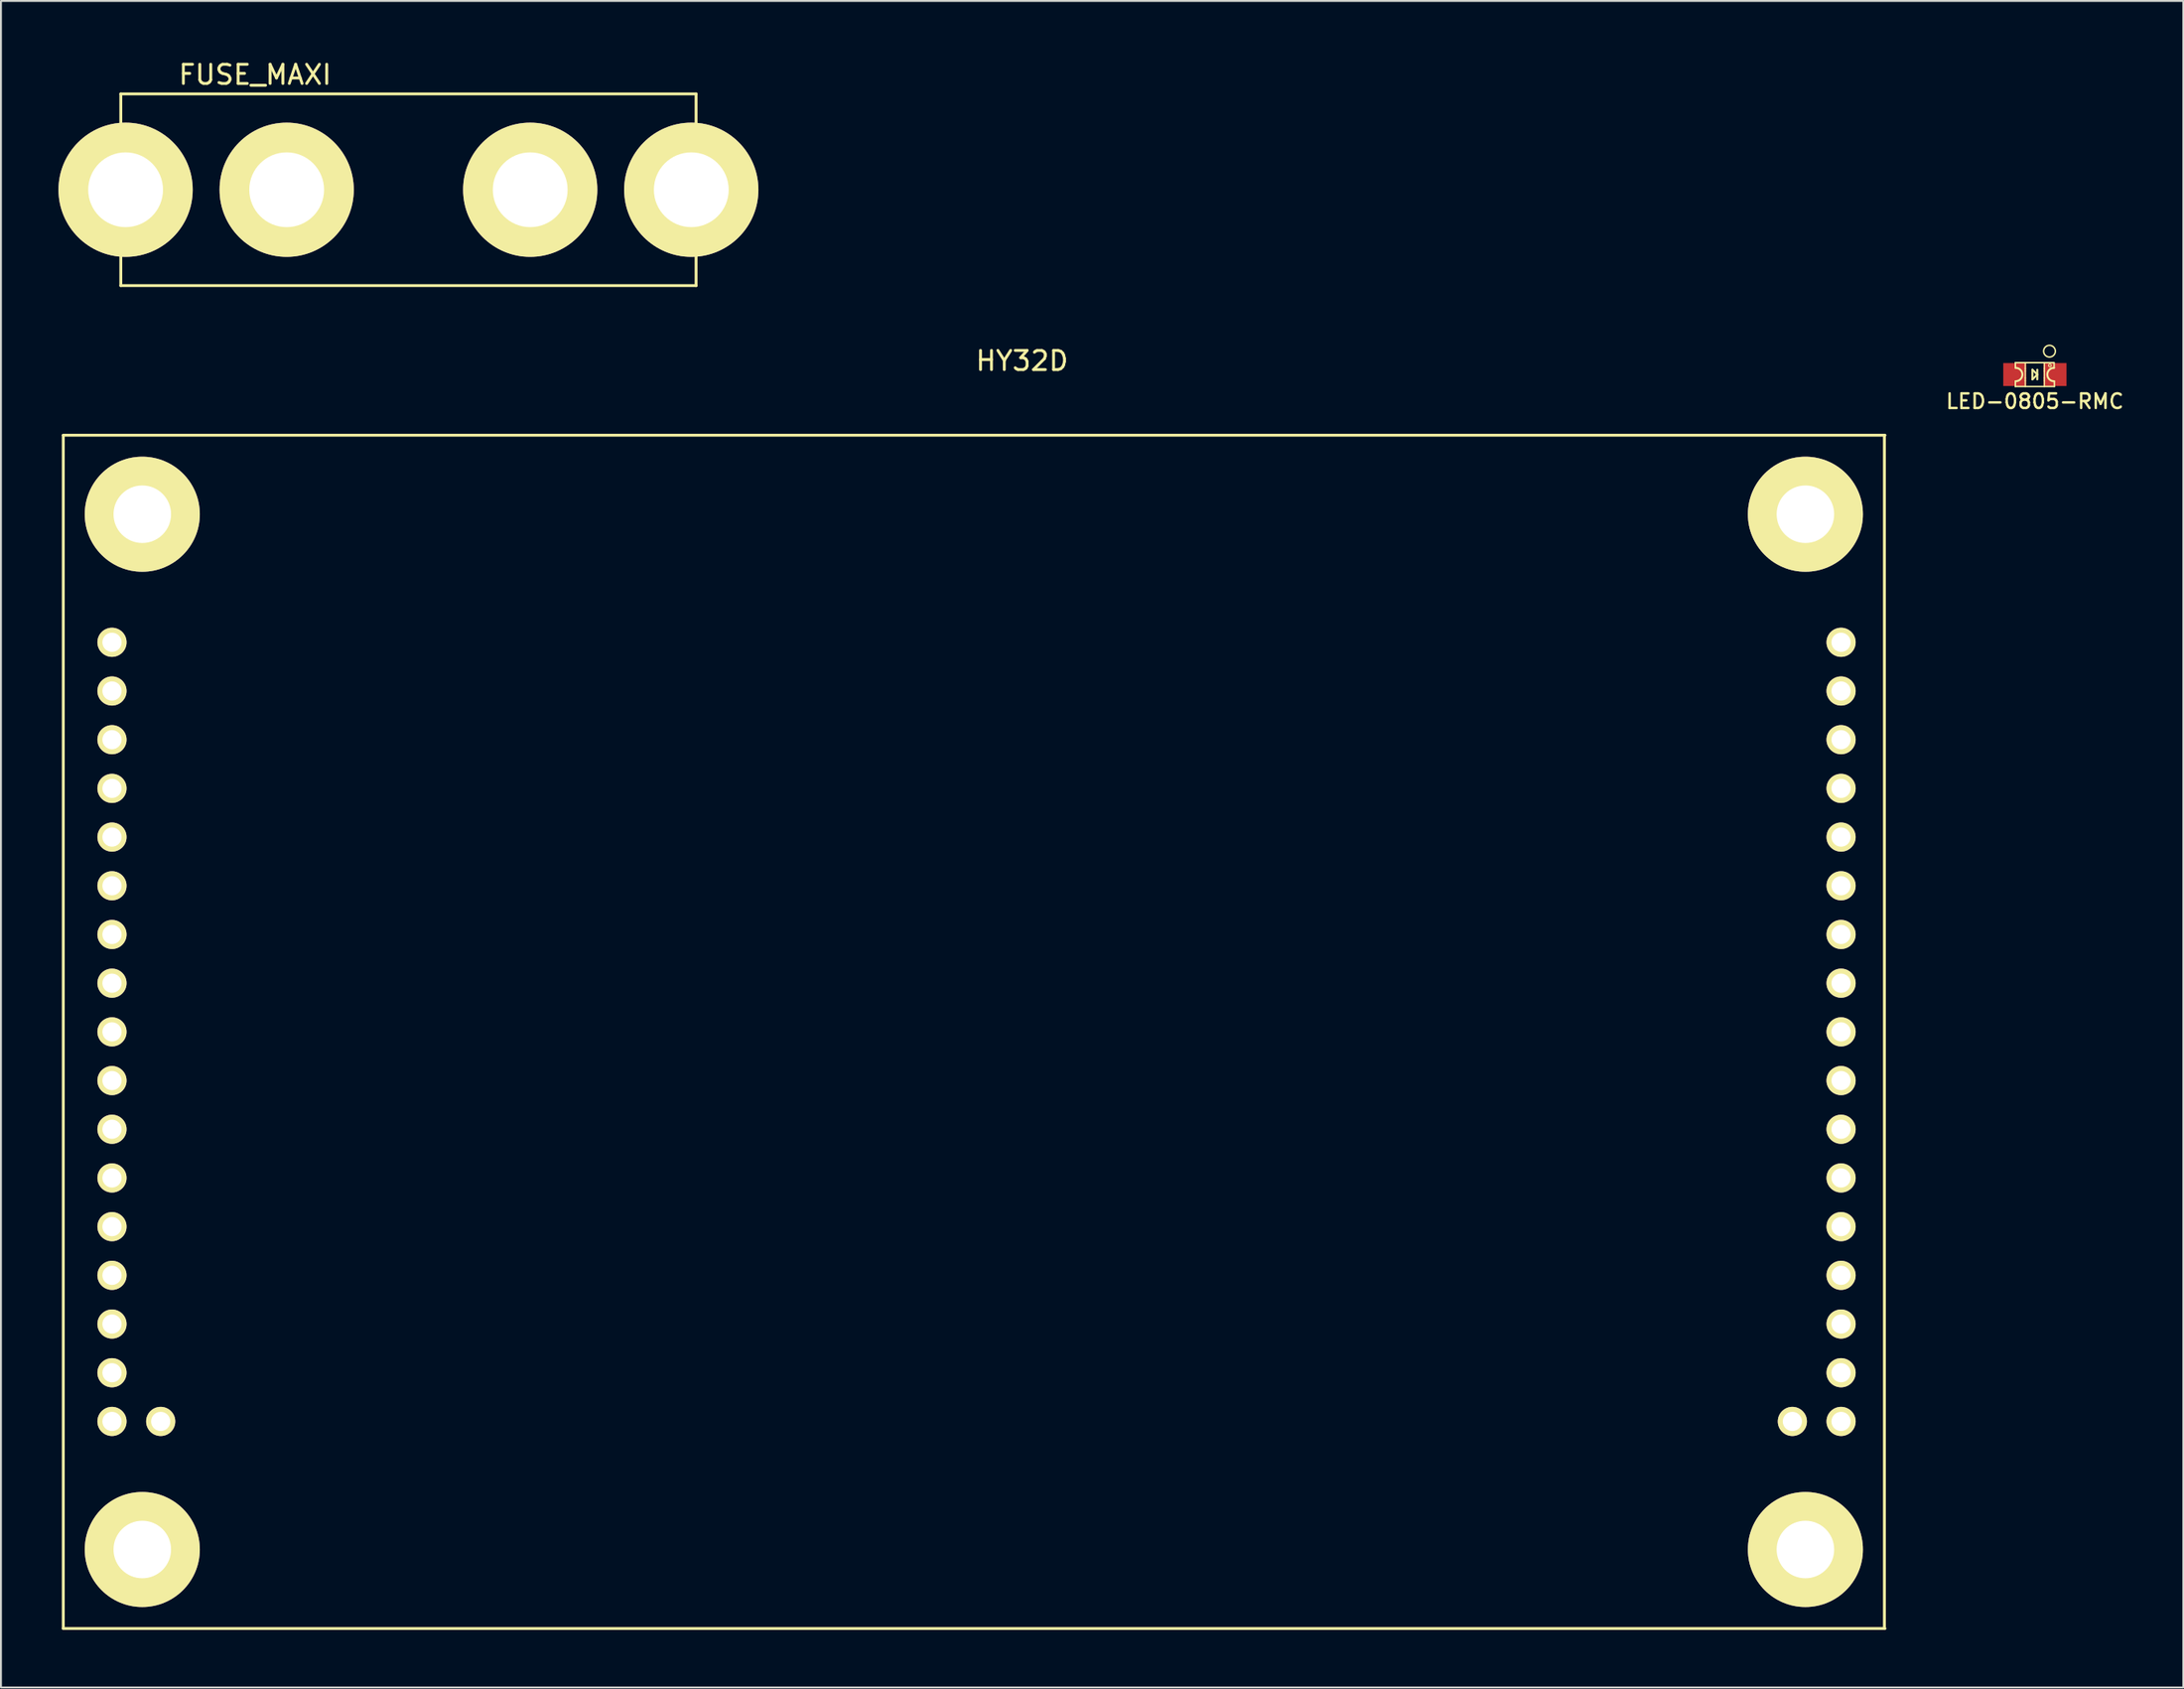
<source format=kicad_pcb>
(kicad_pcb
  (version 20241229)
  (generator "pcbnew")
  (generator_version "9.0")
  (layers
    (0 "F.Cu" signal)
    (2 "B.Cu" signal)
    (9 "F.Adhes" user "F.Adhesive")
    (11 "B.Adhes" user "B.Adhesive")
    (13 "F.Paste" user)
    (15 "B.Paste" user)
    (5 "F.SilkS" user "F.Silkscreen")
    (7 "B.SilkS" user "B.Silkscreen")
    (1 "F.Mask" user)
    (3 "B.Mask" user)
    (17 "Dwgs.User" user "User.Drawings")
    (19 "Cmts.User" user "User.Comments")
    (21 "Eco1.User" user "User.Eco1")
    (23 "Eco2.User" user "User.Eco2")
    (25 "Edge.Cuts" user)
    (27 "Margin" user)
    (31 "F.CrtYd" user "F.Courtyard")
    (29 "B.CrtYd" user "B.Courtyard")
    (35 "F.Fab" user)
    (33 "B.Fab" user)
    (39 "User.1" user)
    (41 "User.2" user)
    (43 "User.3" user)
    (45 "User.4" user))
  (footprint "HY32D"
    (layer "F.Cu")
    (at 0.25 50.772)
    (property "Reference" "HY32D" (at 50 -35 0) (layer "F.SilkS") (effects (font (size 1 1) (thickness 0.15))))
    (attr through_hole)
    (fp_line (start 0 -31.12) (end 95 -31.12) (stroke (width 0.15) (type solid)) (layer "F.SilkS"))
    (fp_line (start 0 31.12) (end 0 -31.12) (stroke (width 0.15) (type solid)) (layer "F.SilkS"))
    (fp_line (start 94.97 -31.12) (end 94.97 31.12) (stroke (width 0.15) (type solid)) (layer "F.SilkS"))
    (fp_line (start 95 31.12) (end 0 31.12) (stroke (width 0.15) (type solid)) (layer "F.SilkS"))
    (pad "1" thru_hole circle (at 2.54 20.32) (size 1.52 1.52) (drill 1) (layers "*.Cu" "*.Mask" "F.SilkS"))
    (pad "2" thru_hole circle (at 2.54 17.78) (size 1.52 1.52) (drill 1) (layers "*.Cu" "*.Mask" "F.SilkS"))
    (pad "3" thru_hole circle (at 2.54 15.24) (size 1.52 1.52) (drill 1) (layers "*.Cu" "*.Mask" "F.SilkS"))
    (pad "4" thru_hole circle (at 2.54 12.7) (size 1.52 1.52) (drill 1) (layers "*.Cu" "*.Mask" "F.SilkS"))
    (pad "5" thru_hole circle (at 2.54 10.16) (size 1.52 1.52) (drill 1) (layers "*.Cu" "*.Mask" "F.SilkS"))
    (pad "6" thru_hole circle (at 2.54 7.62) (size 1.52 1.52) (drill 1) (layers "*.Cu" "*.Mask" "F.SilkS"))
    (pad "7" thru_hole circle (at 2.54 5.08) (size 1.52 1.52) (drill 1) (layers "*.Cu" "*.Mask" "F.SilkS"))
    (pad "8" thru_hole circle (at 2.54 2.54) (size 1.52 1.52) (drill 1) (layers "*.Cu" "*.Mask" "F.SilkS"))
    (pad "9" thru_hole circle (at 2.54 0) (size 1.52 1.52) (drill 1) (layers "*.Cu" "*.Mask" "F.SilkS"))
    (pad "10" thru_hole circle (at 2.54 -2.54) (size 1.52 1.52) (drill 1) (layers "*.Cu" "*.Mask" "F.SilkS"))
    (pad "11" thru_hole circle (at 2.54 -5.08) (size 1.52 1.52) (drill 1) (layers "*.Cu" "*.Mask" "F.SilkS"))
    (pad "12" thru_hole circle (at 2.54 -7.62) (size 1.52 1.52) (drill 1) (layers "*.Cu" "*.Mask" "F.SilkS"))
    (pad "13" thru_hole circle (at 2.54 -10.16) (size 1.52 1.52) (drill 1) (layers "*.Cu" "*.Mask" "F.SilkS"))
    (pad "14" thru_hole circle (at 2.54 -12.7) (size 1.52 1.52) (drill 1) (layers "*.Cu" "*.Mask" "F.SilkS"))
    (pad "15" thru_hole circle (at 2.54 -15.24) (size 1.52 1.52) (drill 1) (layers "*.Cu" "*.Mask" "F.SilkS"))
    (pad "16" thru_hole circle (at 2.54 -17.78) (size 1.52 1.52) (drill 1) (layers "*.Cu" "*.Mask" "F.SilkS"))
    (pad "17" thru_hole circle (at 2.54 -20.32) (size 1.52 1.52) (drill 1) (layers "*.Cu" "*.Mask" "F.SilkS"))
    (pad "20" thru_hole circle (at 4.12 27) (size 6 6) (drill 3) (layers "*.Cu" "*.Mask" "F.SilkS"))
    (pad "21" thru_hole circle (at 4.12 -27) (size 6 6) (drill 3) (layers "*.Cu" "*.Mask" "F.SilkS"))
    (pad "22" thru_hole circle (at 5.08 20.32) (size 1.52 1.52) (drill 1) (layers "*.Cu" "*.Mask" "F.SilkS"))
    (pad "24" thru_hole circle (at 90.17 20.32) (size 1.52 1.52) (drill 1) (layers "*.Cu" "*.Mask" "F.SilkS"))
    (pad "25" thru_hole circle (at 92.71 20.32) (size 1.52 1.52) (drill 1) (layers "*.Cu" "*.Mask" "F.SilkS"))
    (pad "26" thru_hole circle (at 90.85 27) (size 6 6) (drill 3) (layers "*.Cu" "*.Mask" "F.SilkS"))
    (pad "28" thru_hole circle (at 92.71 17.78) (size 1.52 1.52) (drill 1) (layers "*.Cu" "*.Mask" "F.SilkS"))
    (pad "29" thru_hole circle (at 92.71 15.24) (size 1.52 1.52) (drill 1) (layers "*.Cu" "*.Mask" "F.SilkS"))
    (pad "30" thru_hole circle (at 92.71 12.7) (size 1.52 1.52) (drill 1) (layers "*.Cu" "*.Mask" "F.SilkS"))
    (pad "31" thru_hole circle (at 92.71 10.16) (size 1.52 1.52) (drill 1) (layers "*.Cu" "*.Mask" "F.SilkS"))
    (pad "32" thru_hole circle (at 92.71 7.62) (size 1.52 1.52) (drill 1) (layers "*.Cu" "*.Mask" "F.SilkS"))
    (pad "33" thru_hole circle (at 92.71 5.08) (size 1.52 1.52) (drill 1) (layers "*.Cu" "*.Mask" "F.SilkS"))
    (pad "34" thru_hole circle (at 92.71 2.54) (size 1.52 1.52) (drill 1) (layers "*.Cu" "*.Mask" "F.SilkS"))
    (pad "35" thru_hole circle (at 92.71 0) (size 1.52 1.52) (drill 1) (layers "*.Cu" "*.Mask" "F.SilkS"))
    (pad "36" thru_hole circle (at 92.71 -2.54) (size 1.52 1.52) (drill 1) (layers "*.Cu" "*.Mask" "F.SilkS"))
    (pad "37" thru_hole circle (at 92.71 -5.08) (size 1.52 1.52) (drill 1) (layers "*.Cu" "*.Mask" "F.SilkS"))
    (pad "38" thru_hole circle (at 92.71 -7.62) (size 1.52 1.52) (drill 1) (layers "*.Cu" "*.Mask" "F.SilkS"))
    (pad "39" thru_hole circle (at 92.71 -10.16) (size 1.52 1.52) (drill 1) (layers "*.Cu" "*.Mask" "F.SilkS"))
    (pad "40" thru_hole circle (at 92.71 -12.7) (size 1.52 1.52) (drill 1) (layers "*.Cu" "*.Mask" "F.SilkS"))
    (pad "41" thru_hole circle (at 92.71 -15.24) (size 1.52 1.52) (drill 1) (layers "*.Cu" "*.Mask" "F.SilkS"))
    (pad "43" thru_hole circle (at 92.71 -17.78) (size 1.52 1.52) (drill 1) (layers "*.Cu" "*.Mask" "F.SilkS"))
    (pad "44" thru_hole circle (at 92.71 -20.32) (size 1.52 1.52) (drill 1) (layers "*.Cu" "*.Mask" "F.SilkS"))
    (pad "45" thru_hole circle (at 90.85 -27) (size 6 6) (drill 3) (layers "*.Cu" "*.Mask" "F.SilkS")))
  (footprint "FUSE_MAXI"
    (layer "F.Cu")
    (at 18.25 6.848)
    (property "Reference" "FUSE_MAXI" (at -8 -6 0) (layer "F.SilkS") (effects (font (size 1 1) (thickness 0.15))))
    (attr through_hole)
    (fp_line (start -15 -5) (end 15 -5) (stroke (width 0.15) (type solid)) (layer "F.SilkS"))
    (fp_line (start -15 5) (end -15 -5) (stroke (width 0.15) (type solid)) (layer "F.SilkS"))
    (fp_line (start 15 -5) (end 15 5) (stroke (width 0.15) (type solid)) (layer "F.SilkS"))
    (fp_line (start 15 5) (end -15 5) (stroke (width 0.15) (type solid)) (layer "F.SilkS"))
    (pad "1" thru_hole circle (at -14.75 0) (size 7 7) (drill 3.9) (layers "*.Cu" "*.Mask" "F.SilkS"))
    (pad "1" thru_hole circle (at -6.35 0) (size 7 7) (drill 3.9) (layers "*.Cu" "*.Mask" "F.SilkS"))
    (pad "2" thru_hole circle (at 6.35 0) (size 7 7) (drill 3.9) (layers "*.Cu" "*.Mask" "F.SilkS"))
    (pad "2" thru_hole circle (at 14.75 0) (size 7 7) (drill 3.9) (layers "*.Cu" "*.Mask" "F.SilkS")))
  (footprint "LED-0805-RMC"
    (layer "F.Cu")
    (at 103.066 16.487)
    (property "Reference" "LED-0805-RMC" (at 0 1.397 0) (layer "F.SilkS") (effects (font (size 0.762 0.762) (thickness 0.127))))
    (attr smd)
    (fp_line (start -1.016 -0.622) (end -1.016 -0.343) (stroke (width 0.079) (type solid)) (layer "F.SilkS"))
    (fp_line (start -1.016 -0.622) (end 1.003 -0.622) (stroke (width 0.079) (type solid)) (layer "F.SilkS"))
    (fp_line (start -1.016 0.343) (end -1.016 0.622) (stroke (width 0.079) (type solid)) (layer "F.SilkS"))
    (fp_line (start -1.016 0.622) (end 1.016 0.622) (stroke (width 0.079) (type solid)) (layer "F.SilkS"))
    (fp_line (start -0.498 -0.625) (end -0.498 -0.3) (stroke (width 0.066) (type solid)) (layer "F.SilkS"))
    (fp_line (start -0.498 -0.323) (end -0.498 -0.173) (stroke (width 0.066) (type solid)) (layer "F.SilkS"))
    (fp_line (start -0.498 -0.198) (end -0.498 0.198) (stroke (width 0.066) (type solid)) (layer "F.SilkS"))
    (fp_line (start -0.498 0.173) (end -0.498 0.323) (stroke (width 0.066) (type solid)) (layer "F.SilkS"))
    (fp_line (start -0.498 0.3) (end -0.498 0.625) (stroke (width 0.066) (type solid)) (layer "F.SilkS"))
    (fp_line (start -0.127 -0.254) (end 0.127 0) (stroke (width 0.102) (type solid)) (layer "F.SilkS"))
    (fp_line (start -0.127 0.254) (end -0.127 -0.254) (stroke (width 0.102) (type solid)) (layer "F.SilkS"))
    (fp_line (start 0.127 -0.254) (end 0.127 0.254) (stroke (width 0.102) (type solid)) (layer "F.SilkS"))
    (fp_line (start 0.127 0) (end -0.127 0.254) (stroke (width 0.102) (type solid)) (layer "F.SilkS"))
    (fp_line (start 0.498 -0.599) (end 0.498 -0.3) (stroke (width 0.066) (type solid)) (layer "F.SilkS"))
    (fp_line (start 0.498 -0.323) (end 0.498 -0.173) (stroke (width 0.066) (type solid)) (layer "F.SilkS"))
    (fp_line (start 0.498 -0.198) (end 0.498 0.198) (stroke (width 0.066) (type solid)) (layer "F.SilkS"))
    (fp_line (start 0.498 0.173) (end 0.498 0.323) (stroke (width 0.066) (type solid)) (layer "F.SilkS"))
    (fp_line (start 0.498 0.3) (end 0.498 0.625) (stroke (width 0.066) (type solid)) (layer "F.SilkS"))
    (fp_line (start 1.003 -0.343) (end 1.003 -0.597) (stroke (width 0.079) (type solid)) (layer "F.SilkS"))
    (fp_line (start 1.016 0.343) (end 1.016 0.622) (stroke (width 0.079) (type solid)) (layer "F.SilkS"))
    (fp_arc (start -0.99822 -0.34798) (mid -0.65024 0) (end -0.99822 0.34798) (stroke (width 0.1016) (type solid)) (layer "F.SilkS"))
    (fp_arc (start 0.99822 0.34798) (mid 0.65024 0) (end 0.99822 -0.34798) (stroke (width 0.1016) (type solid)) (layer "F.SilkS"))
    (fp_circle (center 0.762 -1.219) (end 1.054 -1.13) (stroke (width 0.079) (type solid)) (fill no) (layer "F.SilkS"))
    (fp_circle (center 0.785 -0.475) (end 0.836 -0.526) (stroke (width 0.051) (type solid)) (fill no) (layer "F.SilkS"))
    (pad "1" smd rect (at -1.049 0) (size 1.199 1.199) (layers "F.Cu" "F.Mask" "F.Paste"))
    (pad "2" smd rect (at 1.049 0) (size 1.199 1.199) (layers "F.Cu" "F.Mask" "F.Paste")))
  (gr_rect
    (start -3 -3)
    (end 110.806 84.966)
    (stroke (width 0.1) (type default))
    (fill no)
    (layer "Edge.Cuts")))
</source>
